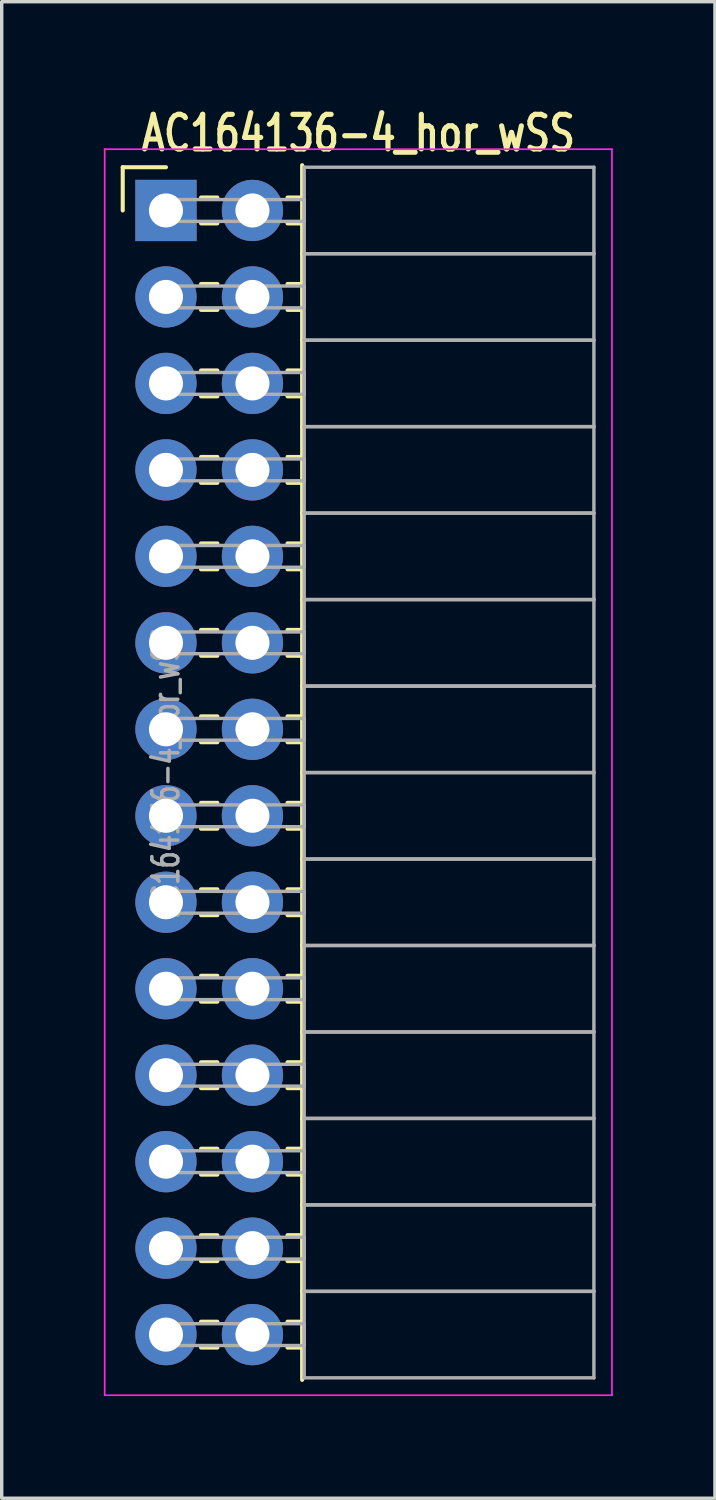
<source format=kicad_pcb>
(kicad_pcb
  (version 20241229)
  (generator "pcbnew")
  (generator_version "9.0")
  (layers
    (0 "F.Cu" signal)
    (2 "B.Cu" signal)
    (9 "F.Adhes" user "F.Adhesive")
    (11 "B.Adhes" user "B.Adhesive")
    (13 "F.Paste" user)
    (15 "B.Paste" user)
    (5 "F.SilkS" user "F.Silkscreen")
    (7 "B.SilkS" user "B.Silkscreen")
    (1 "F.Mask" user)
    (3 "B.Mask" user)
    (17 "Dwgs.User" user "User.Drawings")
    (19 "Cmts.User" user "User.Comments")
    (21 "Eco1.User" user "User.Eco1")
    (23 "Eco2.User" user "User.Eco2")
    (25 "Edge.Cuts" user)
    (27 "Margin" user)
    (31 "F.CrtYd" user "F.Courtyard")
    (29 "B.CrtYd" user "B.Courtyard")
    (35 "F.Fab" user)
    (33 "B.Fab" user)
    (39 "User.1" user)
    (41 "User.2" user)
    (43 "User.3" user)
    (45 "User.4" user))
  (footprint "AC164136-4_hor_wSS"
    (layer "F.Cu")
    (at 1.825 3.132)
    (property "Reference" "AC164136-4_hor_wSS" (at 5.65 -2.27 0) (layer "F.SilkS") (effects (font (size 1.016 0.762) (thickness 0.152))))
    (attr through_hole)
    (fp_line (start -1.27 -1.27) (end -1.27 0) (stroke (width 0.12) (type solid)) (layer "F.SilkS"))
    (fp_line (start 0 -1.27) (end -1.27 -1.27) (stroke (width 0.12) (type solid)) (layer "F.SilkS"))
    (fp_line (start 1.03 -0.38) (end 1.51 -0.38) (stroke (width 0.12) (type solid)) (layer "F.SilkS"))
    (fp_line (start 1.03 0.38) (end 1.51 0.38) (stroke (width 0.12) (type solid)) (layer "F.SilkS"))
    (fp_line (start 1.03 2.16) (end 1.51 2.16) (stroke (width 0.12) (type solid)) (layer "F.SilkS"))
    (fp_line (start 1.03 2.92) (end 1.51 2.92) (stroke (width 0.12) (type solid)) (layer "F.SilkS"))
    (fp_line (start 1.03 4.7) (end 1.51 4.7) (stroke (width 0.12) (type solid)) (layer "F.SilkS"))
    (fp_line (start 1.03 5.46) (end 1.51 5.46) (stroke (width 0.12) (type solid)) (layer "F.SilkS"))
    (fp_line (start 1.03 7.24) (end 1.51 7.24) (stroke (width 0.12) (type solid)) (layer "F.SilkS"))
    (fp_line (start 1.03 8) (end 1.51 8) (stroke (width 0.12) (type solid)) (layer "F.SilkS"))
    (fp_line (start 1.03 9.78) (end 1.51 9.78) (stroke (width 0.12) (type solid)) (layer "F.SilkS"))
    (fp_line (start 1.03 10.54) (end 1.51 10.54) (stroke (width 0.12) (type solid)) (layer "F.SilkS"))
    (fp_line (start 1.03 12.32) (end 1.51 12.32) (stroke (width 0.12) (type solid)) (layer "F.SilkS"))
    (fp_line (start 1.03 13.08) (end 1.51 13.08) (stroke (width 0.12) (type solid)) (layer "F.SilkS"))
    (fp_line (start 1.03 14.86) (end 1.51 14.86) (stroke (width 0.12) (type solid)) (layer "F.SilkS"))
    (fp_line (start 1.03 15.62) (end 1.51 15.62) (stroke (width 0.12) (type solid)) (layer "F.SilkS"))
    (fp_line (start 1.03 17.4) (end 1.51 17.4) (stroke (width 0.12) (type solid)) (layer "F.SilkS"))
    (fp_line (start 1.03 18.16) (end 1.51 18.16) (stroke (width 0.12) (type solid)) (layer "F.SilkS"))
    (fp_line (start 1.03 19.94) (end 1.51 19.94) (stroke (width 0.12) (type solid)) (layer "F.SilkS"))
    (fp_line (start 1.03 20.7) (end 1.51 20.7) (stroke (width 0.12) (type solid)) (layer "F.SilkS"))
    (fp_line (start 1.03 22.48) (end 1.51 22.48) (stroke (width 0.12) (type solid)) (layer "F.SilkS"))
    (fp_line (start 1.03 23.24) (end 1.51 23.24) (stroke (width 0.12) (type solid)) (layer "F.SilkS"))
    (fp_line (start 1.03 25.02) (end 1.51 25.02) (stroke (width 0.12) (type solid)) (layer "F.SilkS"))
    (fp_line (start 1.03 25.78) (end 1.51 25.78) (stroke (width 0.12) (type solid)) (layer "F.SilkS"))
    (fp_line (start 1.03 27.56) (end 1.51 27.56) (stroke (width 0.12) (type solid)) (layer "F.SilkS"))
    (fp_line (start 1.03 28.32) (end 1.51 28.32) (stroke (width 0.12) (type solid)) (layer "F.SilkS"))
    (fp_line (start 1.03 30.1) (end 1.51 30.1) (stroke (width 0.12) (type solid)) (layer "F.SilkS"))
    (fp_line (start 1.03 30.86) (end 1.51 30.86) (stroke (width 0.12) (type solid)) (layer "F.SilkS"))
    (fp_line (start 1.03 32.64) (end 1.51 32.64) (stroke (width 0.12) (type solid)) (layer "F.SilkS"))
    (fp_line (start 1.03 33.4) (end 1.51 33.4) (stroke (width 0.12) (type solid)) (layer "F.SilkS"))
    (fp_line (start 3.57 -0.38) (end 4 -0.38) (stroke (width 0.12) (type solid)) (layer "F.SilkS"))
    (fp_line (start 3.57 0.38) (end 4 0.38) (stroke (width 0.12) (type solid)) (layer "F.SilkS"))
    (fp_line (start 3.57 2.16) (end 4 2.16) (stroke (width 0.12) (type solid)) (layer "F.SilkS"))
    (fp_line (start 3.57 2.92) (end 4 2.92) (stroke (width 0.12) (type solid)) (layer "F.SilkS"))
    (fp_line (start 3.57 4.7) (end 4 4.7) (stroke (width 0.12) (type solid)) (layer "F.SilkS"))
    (fp_line (start 3.57 5.46) (end 4 5.46) (stroke (width 0.12) (type solid)) (layer "F.SilkS"))
    (fp_line (start 3.57 7.24) (end 4 7.24) (stroke (width 0.12) (type solid)) (layer "F.SilkS"))
    (fp_line (start 3.57 8) (end 4 8) (stroke (width 0.12) (type solid)) (layer "F.SilkS"))
    (fp_line (start 3.57 9.78) (end 4 9.78) (stroke (width 0.12) (type solid)) (layer "F.SilkS"))
    (fp_line (start 3.57 10.54) (end 4 10.54) (stroke (width 0.12) (type solid)) (layer "F.SilkS"))
    (fp_line (start 3.57 12.32) (end 4 12.32) (stroke (width 0.12) (type solid)) (layer "F.SilkS"))
    (fp_line (start 3.57 13.08) (end 4 13.08) (stroke (width 0.12) (type solid)) (layer "F.SilkS"))
    (fp_line (start 3.57 14.86) (end 4 14.86) (stroke (width 0.12) (type solid)) (layer "F.SilkS"))
    (fp_line (start 3.57 15.62) (end 4 15.62) (stroke (width 0.12) (type solid)) (layer "F.SilkS"))
    (fp_line (start 3.57 17.4) (end 4 17.4) (stroke (width 0.12) (type solid)) (layer "F.SilkS"))
    (fp_line (start 3.57 18.16) (end 4 18.16) (stroke (width 0.12) (type solid)) (layer "F.SilkS"))
    (fp_line (start 3.57 19.94) (end 4 19.94) (stroke (width 0.12) (type solid)) (layer "F.SilkS"))
    (fp_line (start 3.57 20.7) (end 4 20.7) (stroke (width 0.12) (type solid)) (layer "F.SilkS"))
    (fp_line (start 3.57 22.48) (end 4 22.48) (stroke (width 0.12) (type solid)) (layer "F.SilkS"))
    (fp_line (start 3.57 23.24) (end 4 23.24) (stroke (width 0.12) (type solid)) (layer "F.SilkS"))
    (fp_line (start 3.57 25.02) (end 4 25.02) (stroke (width 0.12) (type solid)) (layer "F.SilkS"))
    (fp_line (start 3.57 25.78) (end 4 25.78) (stroke (width 0.12) (type solid)) (layer "F.SilkS"))
    (fp_line (start 3.57 27.56) (end 4 27.56) (stroke (width 0.12) (type solid)) (layer "F.SilkS"))
    (fp_line (start 3.57 28.32) (end 4 28.32) (stroke (width 0.12) (type solid)) (layer "F.SilkS"))
    (fp_line (start 3.57 30.1) (end 4 30.1) (stroke (width 0.12) (type solid)) (layer "F.SilkS"))
    (fp_line (start 3.57 30.86) (end 4 30.86) (stroke (width 0.12) (type solid)) (layer "F.SilkS"))
    (fp_line (start 3.57 32.64) (end 4 32.64) (stroke (width 0.12) (type solid)) (layer "F.SilkS"))
    (fp_line (start 3.57 33.4) (end 4 33.4) (stroke (width 0.12) (type solid)) (layer "F.SilkS"))
    (fp_line (start 4 -1.33) (end 4 1.27) (stroke (width 0.12) (type solid)) (layer "F.SilkS"))
    (fp_line (start 4 1.27) (end 4 3.81) (stroke (width 0.12) (type solid)) (layer "F.SilkS"))
    (fp_line (start 4 3.81) (end 4 6.35) (stroke (width 0.12) (type solid)) (layer "F.SilkS"))
    (fp_line (start 4 6.35) (end 4 8.89) (stroke (width 0.12) (type solid)) (layer "F.SilkS"))
    (fp_line (start 4 8.89) (end 4 11.43) (stroke (width 0.12) (type solid)) (layer "F.SilkS"))
    (fp_line (start 4 11.43) (end 4 13.97) (stroke (width 0.12) (type solid)) (layer "F.SilkS"))
    (fp_line (start 4 13.97) (end 4 16.51) (stroke (width 0.12) (type solid)) (layer "F.SilkS"))
    (fp_line (start 4 16.51) (end 4 19.05) (stroke (width 0.12) (type solid)) (layer "F.SilkS"))
    (fp_line (start 4 19.05) (end 4 21.59) (stroke (width 0.12) (type solid)) (layer "F.SilkS"))
    (fp_line (start 4 21.59) (end 4 24.13) (stroke (width 0.12) (type solid)) (layer "F.SilkS"))
    (fp_line (start 4 24.13) (end 4 26.67) (stroke (width 0.12) (type solid)) (layer "F.SilkS"))
    (fp_line (start 4 26.67) (end 4 29.21) (stroke (width 0.12) (type solid)) (layer "F.SilkS"))
    (fp_line (start 4 29.21) (end 4 31.75) (stroke (width 0.12) (type solid)) (layer "F.SilkS"))
    (fp_line (start 4 31.75) (end 4 34.35) (stroke (width 0.12) (type solid)) (layer "F.SilkS"))
    (fp_line (start -1.8 -1.8) (end -1.8 34.8) (stroke (width 0.05) (type solid)) (layer "F.CrtYd"))
    (fp_line (start -1.8 34.8) (end 13.1 34.8) (stroke (width 0.05) (type solid)) (layer "F.CrtYd"))
    (fp_line (start 13.1 -1.8) (end -1.8 -1.8) (stroke (width 0.05) (type solid)) (layer "F.CrtYd"))
    (fp_line (start 13.1 34.8) (end 13.1 -1.8) (stroke (width 0.05) (type solid)) (layer "F.CrtYd"))
    (fp_line (start 0 -0.32) (end 0 0.32) (stroke (width 0.1) (type solid)) (layer "F.Fab"))
    (fp_line (start 0 0.32) (end 4.06 0.32) (stroke (width 0.1) (type solid)) (layer "F.Fab"))
    (fp_line (start 0 2.22) (end 0 2.86) (stroke (width 0.1) (type solid)) (layer "F.Fab"))
    (fp_line (start 0 2.86) (end 4.06 2.86) (stroke (width 0.1) (type solid)) (layer "F.Fab"))
    (fp_line (start 0 4.76) (end 0 5.4) (stroke (width 0.1) (type solid)) (layer "F.Fab"))
    (fp_line (start 0 5.4) (end 4.06 5.4) (stroke (width 0.1) (type solid)) (layer "F.Fab"))
    (fp_line (start 0 7.3) (end 0 7.94) (stroke (width 0.1) (type solid)) (layer "F.Fab"))
    (fp_line (start 0 7.94) (end 4.06 7.94) (stroke (width 0.1) (type solid)) (layer "F.Fab"))
    (fp_line (start 0 9.84) (end 0 10.48) (stroke (width 0.1) (type solid)) (layer "F.Fab"))
    (fp_line (start 0 10.48) (end 4.06 10.48) (stroke (width 0.1) (type solid)) (layer "F.Fab"))
    (fp_line (start 0 12.38) (end 0 13.02) (stroke (width 0.1) (type solid)) (layer "F.Fab"))
    (fp_line (start 0 13.02) (end 4.06 13.02) (stroke (width 0.1) (type solid)) (layer "F.Fab"))
    (fp_line (start 0 14.92) (end 0 15.56) (stroke (width 0.1) (type solid)) (layer "F.Fab"))
    (fp_line (start 0 15.56) (end 4.06 15.56) (stroke (width 0.1) (type solid)) (layer "F.Fab"))
    (fp_line (start 0 17.46) (end 0 18.1) (stroke (width 0.1) (type solid)) (layer "F.Fab"))
    (fp_line (start 0 18.1) (end 4.06 18.1) (stroke (width 0.1) (type solid)) (layer "F.Fab"))
    (fp_line (start 0 20) (end 0 20.64) (stroke (width 0.1) (type solid)) (layer "F.Fab"))
    (fp_line (start 0 20.64) (end 4.06 20.64) (stroke (width 0.1) (type solid)) (layer "F.Fab"))
    (fp_line (start 0 22.54) (end 0 23.18) (stroke (width 0.1) (type solid)) (layer "F.Fab"))
    (fp_line (start 0 23.18) (end 4.06 23.18) (stroke (width 0.1) (type solid)) (layer "F.Fab"))
    (fp_line (start 0 25.08) (end 0 25.72) (stroke (width 0.1) (type solid)) (layer "F.Fab"))
    (fp_line (start 0 25.72) (end 4.06 25.72) (stroke (width 0.1) (type solid)) (layer "F.Fab"))
    (fp_line (start 0 27.62) (end 0 28.26) (stroke (width 0.1) (type solid)) (layer "F.Fab"))
    (fp_line (start 0 28.26) (end 4.06 28.26) (stroke (width 0.1) (type solid)) (layer "F.Fab"))
    (fp_line (start 0 30.16) (end 0 30.8) (stroke (width 0.1) (type solid)) (layer "F.Fab"))
    (fp_line (start 0 30.8) (end 4.06 30.8) (stroke (width 0.1) (type solid)) (layer "F.Fab"))
    (fp_line (start 0 32.7) (end 0 33.34) (stroke (width 0.1) (type solid)) (layer "F.Fab"))
    (fp_line (start 0 33.34) (end 4.06 33.34) (stroke (width 0.1) (type solid)) (layer "F.Fab"))
    (fp_line (start 4.06 -1.27) (end 4.06 1.27) (stroke (width 0.1) (type solid)) (layer "F.Fab"))
    (fp_line (start 4.06 -0.32) (end 0 -0.32) (stroke (width 0.1) (type solid)) (layer "F.Fab"))
    (fp_line (start 4.06 0.32) (end 4.06 -0.32) (stroke (width 0.1) (type solid)) (layer "F.Fab"))
    (fp_line (start 4.06 1.27) (end 4.06 3.81) (stroke (width 0.1) (type solid)) (layer "F.Fab"))
    (fp_line (start 4.06 1.27) (end 12.57 1.27) (stroke (width 0.1) (type solid)) (layer "F.Fab"))
    (fp_line (start 4.06 2.22) (end 0 2.22) (stroke (width 0.1) (type solid)) (layer "F.Fab"))
    (fp_line (start 4.06 2.86) (end 4.06 2.22) (stroke (width 0.1) (type solid)) (layer "F.Fab"))
    (fp_line (start 4.06 3.81) (end 4.06 6.35) (stroke (width 0.1) (type solid)) (layer "F.Fab"))
    (fp_line (start 4.06 3.81) (end 12.57 3.81) (stroke (width 0.1) (type solid)) (layer "F.Fab"))
    (fp_line (start 4.06 4.76) (end 0 4.76) (stroke (width 0.1) (type solid)) (layer "F.Fab"))
    (fp_line (start 4.06 5.4) (end 4.06 4.76) (stroke (width 0.1) (type solid)) (layer "F.Fab"))
    (fp_line (start 4.06 6.35) (end 4.06 8.89) (stroke (width 0.1) (type solid)) (layer "F.Fab"))
    (fp_line (start 4.06 6.35) (end 12.57 6.35) (stroke (width 0.1) (type solid)) (layer "F.Fab"))
    (fp_line (start 4.06 7.3) (end 0 7.3) (stroke (width 0.1) (type solid)) (layer "F.Fab"))
    (fp_line (start 4.06 7.94) (end 4.06 7.3) (stroke (width 0.1) (type solid)) (layer "F.Fab"))
    (fp_line (start 4.06 8.89) (end 4.06 11.43) (stroke (width 0.1) (type solid)) (layer "F.Fab"))
    (fp_line (start 4.06 8.89) (end 12.57 8.89) (stroke (width 0.1) (type solid)) (layer "F.Fab"))
    (fp_line (start 4.06 9.84) (end 0 9.84) (stroke (width 0.1) (type solid)) (layer "F.Fab"))
    (fp_line (start 4.06 10.48) (end 4.06 9.84) (stroke (width 0.1) (type solid)) (layer "F.Fab"))
    (fp_line (start 4.06 11.43) (end 4.06 13.97) (stroke (width 0.1) (type solid)) (layer "F.Fab"))
    (fp_line (start 4.06 11.43) (end 12.57 11.43) (stroke (width 0.1) (type solid)) (layer "F.Fab"))
    (fp_line (start 4.06 12.38) (end 0 12.38) (stroke (width 0.1) (type solid)) (layer "F.Fab"))
    (fp_line (start 4.06 13.02) (end 4.06 12.38) (stroke (width 0.1) (type solid)) (layer "F.Fab"))
    (fp_line (start 4.06 13.97) (end 4.06 16.51) (stroke (width 0.1) (type solid)) (layer "F.Fab"))
    (fp_line (start 4.06 13.97) (end 12.57 13.97) (stroke (width 0.1) (type solid)) (layer "F.Fab"))
    (fp_line (start 4.06 14.92) (end 0 14.92) (stroke (width 0.1) (type solid)) (layer "F.Fab"))
    (fp_line (start 4.06 15.56) (end 4.06 14.92) (stroke (width 0.1) (type solid)) (layer "F.Fab"))
    (fp_line (start 4.06 16.51) (end 4.06 19.05) (stroke (width 0.1) (type solid)) (layer "F.Fab"))
    (fp_line (start 4.06 16.51) (end 12.57 16.51) (stroke (width 0.1) (type solid)) (layer "F.Fab"))
    (fp_line (start 4.06 17.46) (end 0 17.46) (stroke (width 0.1) (type solid)) (layer "F.Fab"))
    (fp_line (start 4.06 18.1) (end 4.06 17.46) (stroke (width 0.1) (type solid)) (layer "F.Fab"))
    (fp_line (start 4.06 19.05) (end 4.06 21.59) (stroke (width 0.1) (type solid)) (layer "F.Fab"))
    (fp_line (start 4.06 19.05) (end 12.57 19.05) (stroke (width 0.1) (type solid)) (layer "F.Fab"))
    (fp_line (start 4.06 20) (end 0 20) (stroke (width 0.1) (type solid)) (layer "F.Fab"))
    (fp_line (start 4.06 20.64) (end 4.06 20) (stroke (width 0.1) (type solid)) (layer "F.Fab"))
    (fp_line (start 4.06 21.59) (end 4.06 24.13) (stroke (width 0.1) (type solid)) (layer "F.Fab"))
    (fp_line (start 4.06 21.59) (end 12.57 21.59) (stroke (width 0.1) (type solid)) (layer "F.Fab"))
    (fp_line (start 4.06 22.54) (end 0 22.54) (stroke (width 0.1) (type solid)) (layer "F.Fab"))
    (fp_line (start 4.06 23.18) (end 4.06 22.54) (stroke (width 0.1) (type solid)) (layer "F.Fab"))
    (fp_line (start 4.06 24.13) (end 4.06 26.67) (stroke (width 0.1) (type solid)) (layer "F.Fab"))
    (fp_line (start 4.06 24.13) (end 12.57 24.13) (stroke (width 0.1) (type solid)) (layer "F.Fab"))
    (fp_line (start 4.06 25.08) (end 0 25.08) (stroke (width 0.1) (type solid)) (layer "F.Fab"))
    (fp_line (start 4.06 25.72) (end 4.06 25.08) (stroke (width 0.1) (type solid)) (layer "F.Fab"))
    (fp_line (start 4.06 26.67) (end 4.06 29.21) (stroke (width 0.1) (type solid)) (layer "F.Fab"))
    (fp_line (start 4.06 26.67) (end 12.57 26.67) (stroke (width 0.1) (type solid)) (layer "F.Fab"))
    (fp_line (start 4.06 27.62) (end 0 27.62) (stroke (width 0.1) (type solid)) (layer "F.Fab"))
    (fp_line (start 4.06 28.26) (end 4.06 27.62) (stroke (width 0.1) (type solid)) (layer "F.Fab"))
    (fp_line (start 4.06 29.21) (end 4.06 31.75) (stroke (width 0.1) (type solid)) (layer "F.Fab"))
    (fp_line (start 4.06 29.21) (end 12.57 29.21) (stroke (width 0.1) (type solid)) (layer "F.Fab"))
    (fp_line (start 4.06 30.16) (end 0 30.16) (stroke (width 0.1) (type solid)) (layer "F.Fab"))
    (fp_line (start 4.06 30.8) (end 4.06 30.16) (stroke (width 0.1) (type solid)) (layer "F.Fab"))
    (fp_line (start 4.06 31.75) (end 4.06 34.29) (stroke (width 0.1) (type solid)) (layer "F.Fab"))
    (fp_line (start 4.06 31.75) (end 12.57 31.75) (stroke (width 0.1) (type solid)) (layer "F.Fab"))
    (fp_line (start 4.06 32.7) (end 0 32.7) (stroke (width 0.1) (type solid)) (layer "F.Fab"))
    (fp_line (start 4.06 33.34) (end 4.06 32.7) (stroke (width 0.1) (type solid)) (layer "F.Fab"))
    (fp_line (start 4.06 34.29) (end 12.57 34.29) (stroke (width 0.1) (type solid)) (layer "F.Fab"))
    (fp_line (start 12.57 -1.27) (end 4.06 -1.27) (stroke (width 0.1) (type solid)) (layer "F.Fab"))
    (fp_line (start 12.57 1.27) (end 4.06 1.27) (stroke (width 0.1) (type solid)) (layer "F.Fab"))
    (fp_line (start 12.57 1.27) (end 12.57 -1.27) (stroke (width 0.1) (type solid)) (layer "F.Fab"))
    (fp_line (start 12.57 3.81) (end 4.06 3.81) (stroke (width 0.1) (type solid)) (layer "F.Fab"))
    (fp_line (start 12.57 3.81) (end 12.57 1.27) (stroke (width 0.1) (type solid)) (layer "F.Fab"))
    (fp_line (start 12.57 6.35) (end 4.06 6.35) (stroke (width 0.1) (type solid)) (layer "F.Fab"))
    (fp_line (start 12.57 6.35) (end 12.57 3.81) (stroke (width 0.1) (type solid)) (layer "F.Fab"))
    (fp_line (start 12.57 8.89) (end 4.06 8.89) (stroke (width 0.1) (type solid)) (layer "F.Fab"))
    (fp_line (start 12.57 8.89) (end 12.57 6.35) (stroke (width 0.1) (type solid)) (layer "F.Fab"))
    (fp_line (start 12.57 11.43) (end 4.06 11.43) (stroke (width 0.1) (type solid)) (layer "F.Fab"))
    (fp_line (start 12.57 11.43) (end 12.57 8.89) (stroke (width 0.1) (type solid)) (layer "F.Fab"))
    (fp_line (start 12.57 13.97) (end 4.06 13.97) (stroke (width 0.1) (type solid)) (layer "F.Fab"))
    (fp_line (start 12.57 13.97) (end 12.57 11.43) (stroke (width 0.1) (type solid)) (layer "F.Fab"))
    (fp_line (start 12.57 16.51) (end 4.06 16.51) (stroke (width 0.1) (type solid)) (layer "F.Fab"))
    (fp_line (start 12.57 16.51) (end 12.57 13.97) (stroke (width 0.1) (type solid)) (layer "F.Fab"))
    (fp_line (start 12.57 19.05) (end 4.06 19.05) (stroke (width 0.1) (type solid)) (layer "F.Fab"))
    (fp_line (start 12.57 19.05) (end 12.57 16.51) (stroke (width 0.1) (type solid)) (layer "F.Fab"))
    (fp_line (start 12.57 21.59) (end 4.06 21.59) (stroke (width 0.1) (type solid)) (layer "F.Fab"))
    (fp_line (start 12.57 21.59) (end 12.57 19.05) (stroke (width 0.1) (type solid)) (layer "F.Fab"))
    (fp_line (start 12.57 24.13) (end 4.06 24.13) (stroke (width 0.1) (type solid)) (layer "F.Fab"))
    (fp_line (start 12.57 24.13) (end 12.57 21.59) (stroke (width 0.1) (type solid)) (layer "F.Fab"))
    (fp_line (start 12.57 26.67) (end 4.06 26.67) (stroke (width 0.1) (type solid)) (layer "F.Fab"))
    (fp_line (start 12.57 26.67) (end 12.57 24.13) (stroke (width 0.1) (type solid)) (layer "F.Fab"))
    (fp_line (start 12.57 29.21) (end 4.06 29.21) (stroke (width 0.1) (type solid)) (layer "F.Fab"))
    (fp_line (start 12.57 29.21) (end 12.57 26.67) (stroke (width 0.1) (type solid)) (layer "F.Fab"))
    (fp_line (start 12.57 31.75) (end 4.06 31.75) (stroke (width 0.1) (type solid)) (layer "F.Fab"))
    (fp_line (start 12.57 31.75) (end 12.57 29.21) (stroke (width 0.1) (type solid)) (layer "F.Fab"))
    (fp_line (start 12.57 34.29) (end 12.57 31.75) (stroke (width 0.1) (type solid)) (layer "F.Fab"))
    (fp_text user "${REFERENCE}" (at 0 16.51 90) (layer "F.Fab") (effects (font (size 0.762 0.508) (thickness 0.102))))
    (pad "1" thru_hole rect (at 0 0) (size 1.8 1.8) (drill 1) (layers "*.Cu" "*.Mask"))
    (pad "2" thru_hole oval (at 2.54 0) (size 1.8 1.8) (drill 1) (layers "*.Cu" "*.Mask"))
    (pad "3" thru_hole oval (at 0 2.54) (size 1.8 1.8) (drill 1) (layers "*.Cu" "*.Mask"))
    (pad "4" thru_hole oval (at 2.54 2.54) (size 1.8 1.8) (drill 1) (layers "*.Cu" "*.Mask"))
    (pad "5" thru_hole oval (at 0 5.08) (size 1.8 1.8) (drill 1) (layers "*.Cu" "*.Mask"))
    (pad "6" thru_hole oval (at 2.54 5.08) (size 1.8 1.8) (drill 1) (layers "*.Cu" "*.Mask"))
    (pad "7" thru_hole oval (at 0 7.62) (size 1.8 1.8) (drill 1) (layers "*.Cu" "*.Mask"))
    (pad "8" thru_hole oval (at 2.54 7.62) (size 1.8 1.8) (drill 1) (layers "*.Cu" "*.Mask"))
    (pad "9" thru_hole oval (at 0 10.16) (size 1.8 1.8) (drill 1) (layers "*.Cu" "*.Mask"))
    (pad "10" thru_hole oval (at 2.54 10.16) (size 1.8 1.8) (drill 1) (layers "*.Cu" "*.Mask"))
    (pad "11" thru_hole oval (at 0 12.7) (size 1.8 1.8) (drill 1) (layers "*.Cu" "*.Mask"))
    (pad "12" thru_hole oval (at 2.54 12.7) (size 1.8 1.8) (drill 1) (layers "*.Cu" "*.Mask"))
    (pad "13" thru_hole oval (at 0 15.24) (size 1.8 1.8) (drill 1) (layers "*.Cu" "*.Mask"))
    (pad "14" thru_hole oval (at 2.54 15.24) (size 1.8 1.8) (drill 1) (layers "*.Cu" "*.Mask"))
    (pad "15" thru_hole oval (at 0 17.78) (size 1.8 1.8) (drill 1) (layers "*.Cu" "*.Mask"))
    (pad "16" thru_hole oval (at 2.54 17.78) (size 1.8 1.8) (drill 1) (layers "*.Cu" "*.Mask"))
    (pad "17" thru_hole oval (at 0 20.32) (size 1.8 1.8) (drill 1) (layers "*.Cu" "*.Mask"))
    (pad "18" thru_hole oval (at 2.54 20.32) (size 1.8 1.8) (drill 1) (layers "*.Cu" "*.Mask"))
    (pad "19" thru_hole oval (at 0 22.86) (size 1.8 1.8) (drill 1) (layers "*.Cu" "*.Mask"))
    (pad "20" thru_hole oval (at 2.54 22.86) (size 1.8 1.8) (drill 1) (layers "*.Cu" "*.Mask"))
    (pad "21" thru_hole oval (at 0 25.4) (size 1.8 1.8) (drill 1) (layers "*.Cu" "*.Mask"))
    (pad "22" thru_hole oval (at 2.54 25.4) (size 1.8 1.8) (drill 1) (layers "*.Cu" "*.Mask"))
    (pad "23" thru_hole oval (at 0 27.94) (size 1.8 1.8) (drill 1) (layers "*.Cu" "*.Mask"))
    (pad "24" thru_hole oval (at 2.54 27.94) (size 1.8 1.8) (drill 1) (layers "*.Cu" "*.Mask"))
    (pad "25" thru_hole oval (at 0 30.48) (size 1.8 1.8) (drill 1) (layers "*.Cu" "*.Mask"))
    (pad "26" thru_hole oval (at 2.54 30.48) (size 1.8 1.8) (drill 1) (layers "*.Cu" "*.Mask"))
    (pad "27" thru_hole oval (at 0 33.02) (size 1.8 1.8) (drill 1) (layers "*.Cu" "*.Mask"))
    (pad "28" thru_hole oval (at 2.54 33.02) (size 1.8 1.8) (drill 1) (layers "*.Cu" "*.Mask")))
  (gr_rect
    (start -3 -3)
    (end 17.95 40.957)
    (stroke (width 0.1) (type default))
    (fill no)
    (layer "Edge.Cuts")))
</source>
